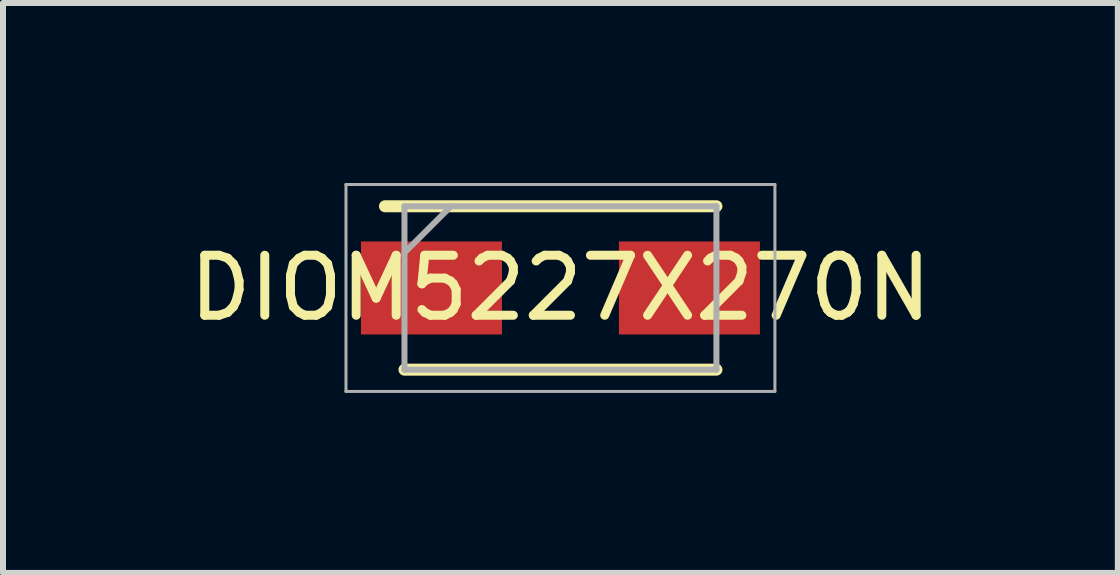
<source format=kicad_pcb>
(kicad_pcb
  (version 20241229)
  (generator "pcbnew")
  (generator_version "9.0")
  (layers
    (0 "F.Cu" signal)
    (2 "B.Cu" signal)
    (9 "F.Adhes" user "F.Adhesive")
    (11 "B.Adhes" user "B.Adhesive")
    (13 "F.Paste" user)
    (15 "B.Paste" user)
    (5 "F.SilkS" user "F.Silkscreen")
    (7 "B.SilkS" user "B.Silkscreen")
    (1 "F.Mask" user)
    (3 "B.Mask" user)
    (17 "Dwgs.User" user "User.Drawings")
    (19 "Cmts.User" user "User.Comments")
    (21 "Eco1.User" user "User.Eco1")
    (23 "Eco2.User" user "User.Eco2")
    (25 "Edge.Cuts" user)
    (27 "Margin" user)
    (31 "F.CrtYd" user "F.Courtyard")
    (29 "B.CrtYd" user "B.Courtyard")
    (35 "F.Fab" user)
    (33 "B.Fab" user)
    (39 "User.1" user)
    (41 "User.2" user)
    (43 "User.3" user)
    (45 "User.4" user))
  (footprint "DIOM5227X270N"
    (layer "F.Cu")
    (at 6.292 1.75)
    (property "Reference" "DIOM5227X270N" (at 0 0 0) (layer "F.SilkS") (effects (font (size 1 1) (thickness 0.15))))
    (attr smd)
    (fp_line (start -2.6 1.362) (end 2.6 1.362) (stroke (width 0.2) (type solid)) (layer "F.SilkS"))
    (fp_line (start 2.6 -1.362) (end -2.925 -1.362) (stroke (width 0.2) (type solid)) (layer "F.SilkS"))
    (fp_line (start -3.575 -1.725) (end 3.575 -1.725) (stroke (width 0.05) (type solid)) (layer "F.Fab"))
    (fp_line (start -3.575 1.725) (end -3.575 -1.725) (stroke (width 0.05) (type solid)) (layer "F.Fab"))
    (fp_line (start -2.6 -1.362) (end 2.6 -1.362) (stroke (width 0.1) (type solid)) (layer "F.Fab"))
    (fp_line (start -2.6 -0.588) (end -1.825 -1.362) (stroke (width 0.1) (type solid)) (layer "F.Fab"))
    (fp_line (start -2.6 1.362) (end -2.6 -1.362) (stroke (width 0.1) (type solid)) (layer "F.Fab"))
    (fp_line (start 2.6 -1.362) (end 2.6 1.362) (stroke (width 0.1) (type solid)) (layer "F.Fab"))
    (fp_line (start 2.6 1.362) (end -2.6 1.362) (stroke (width 0.1) (type solid)) (layer "F.Fab"))
    (fp_line (start 3.575 -1.725) (end 3.575 1.725) (stroke (width 0.05) (type solid)) (layer "F.Fab"))
    (fp_line (start 3.575 1.725) (end -3.575 1.725) (stroke (width 0.05) (type solid)) (layer "F.Fab"))
    (pad "1" smd rect (at -2.15 0) (size 2.35 1.55) (layers "F.Cu" "F.Mask" "F.Paste"))
    (pad "2" smd rect (at 2.15 0) (size 2.35 1.55) (layers "F.Cu" "F.Mask" "F.Paste")))
  (gr_rect
    (start -3 -3)
    (end 15.583 6.5)
    (stroke (width 0.1) (type default))
    (fill no)
    (layer "Edge.Cuts")))
</source>
